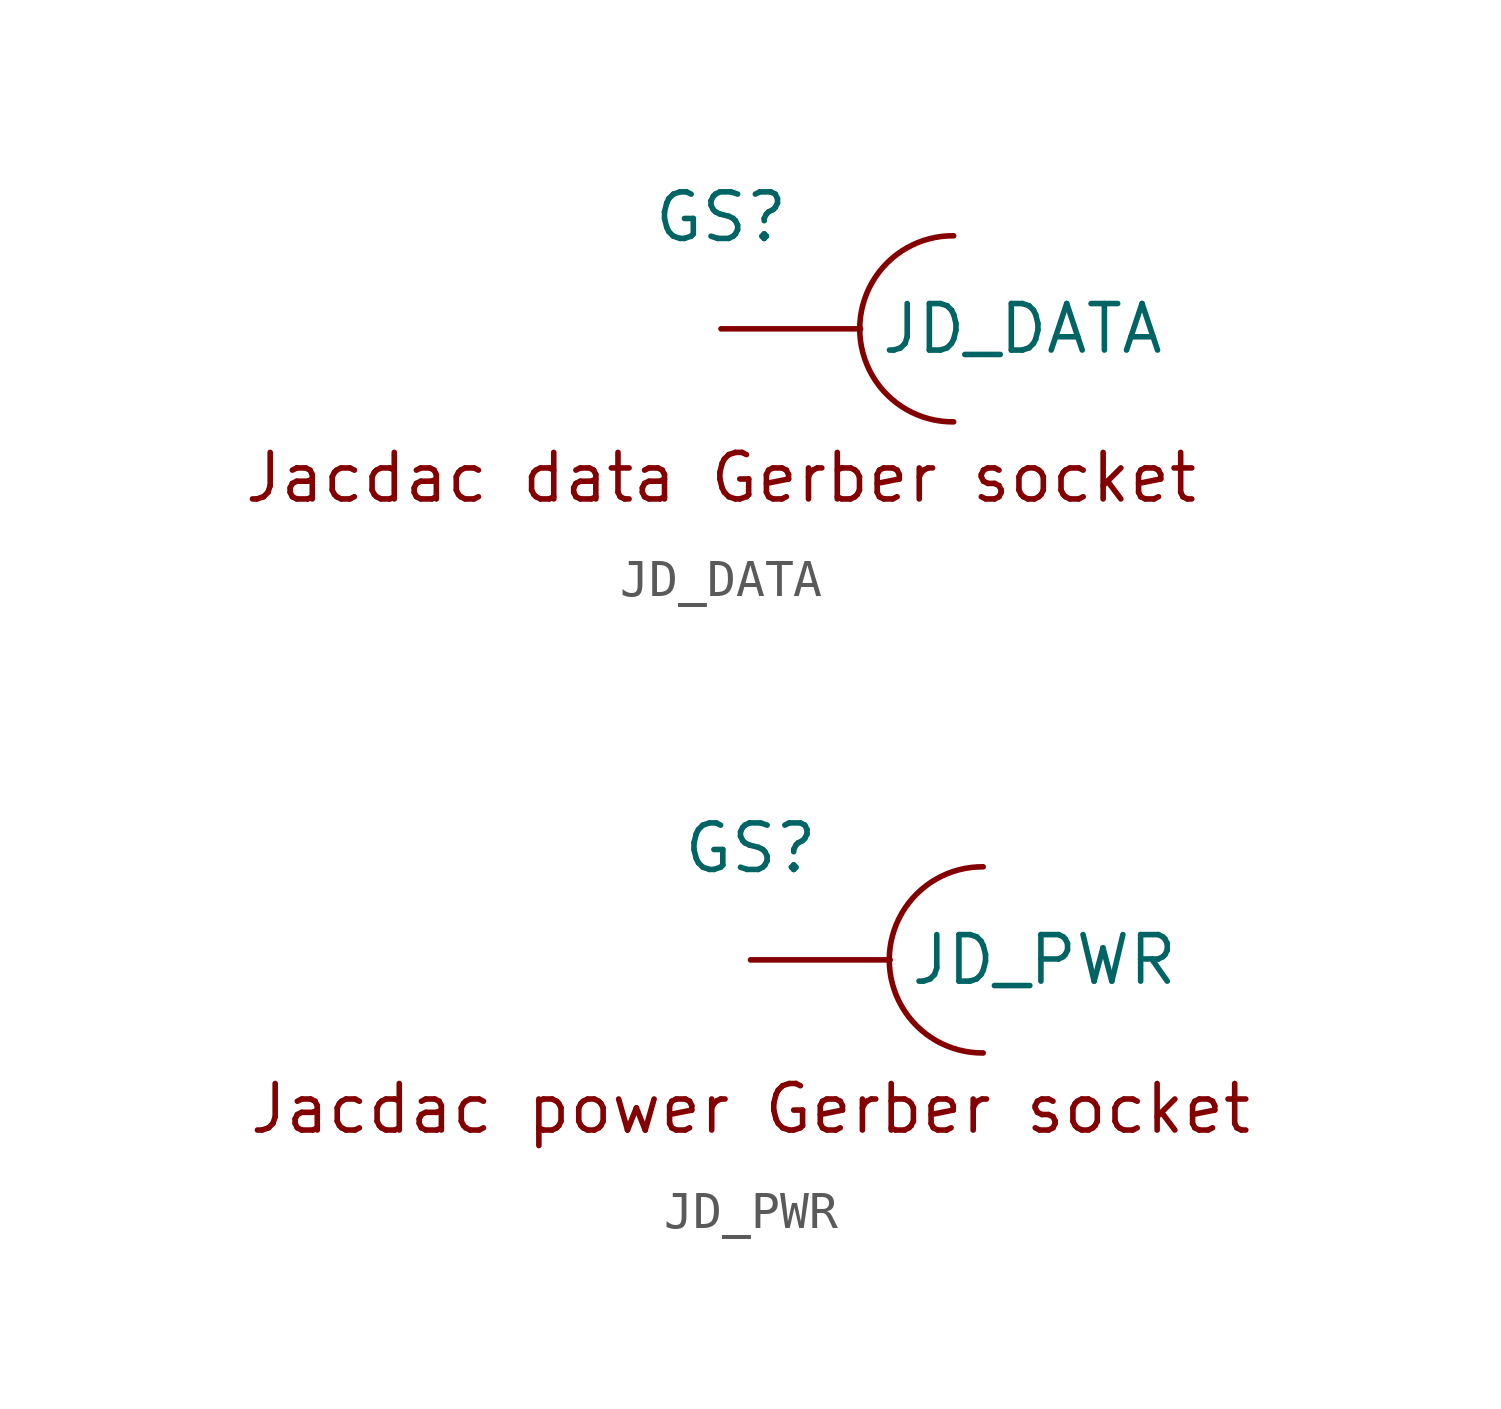
<source format=kicad_sym>
(kicad_symbol_lib
  (version 20231120)
  (generator "kicad_symbol_editor")
  (generator_version "8.0")
  (symbol "JD_DATA"
    (property "Reference" "GS"
      (at 0 3.048 0)
      (effects (font (size 1.27 1.27))))
    (property "Value" ""
      (at 0 0 0)
      (effects (font (size 1.27 1.27))))
    (symbol "JD_DATA_0_1"
      (arc (start 6.35 2.54) (mid 3.7874 0) (end 6.35 -2.54) (stroke (width 0) (type default)) (fill (type none))))
    (symbol "JD_DATA_1_1"
      (text "Jacdac data Gerber socket" (at 0 -4.064 0) (effects (font (size 1.27 1.27))))
      (pin bidirectional line (at 0 0 0) (length 3.81) (name "JD_DATA" (effects (font (size 1.27 1.27)))) (number "" (effects (font (size 1.27 1.27)))))))
  (symbol "JD_PWR"
    (property "Reference" "GS"
      (at 0 3.048 0)
      (effects (font (size 1.27 1.27))))
    (property "Value" ""
      (at 0 0 0)
      (effects (font (size 1.27 1.27))))
    (symbol "JD_PWR_0_1"
      (arc (start 6.35 2.54) (mid 3.7874 0) (end 6.35 -2.54) (stroke (width 0) (type default)) (fill (type none))))
    (symbol "JD_PWR_1_1"
      (text "Jacdac power Gerber socket" (at 0 -4.064 0) (effects (font (size 1.27 1.27))))
      (pin unspecified line (at 0 0 0) (length 3.81) (name "JD_PWR" (effects (font (size 1.27 1.27)))) (number "" (effects (font (size 1.27 1.27))))))))
</source>
